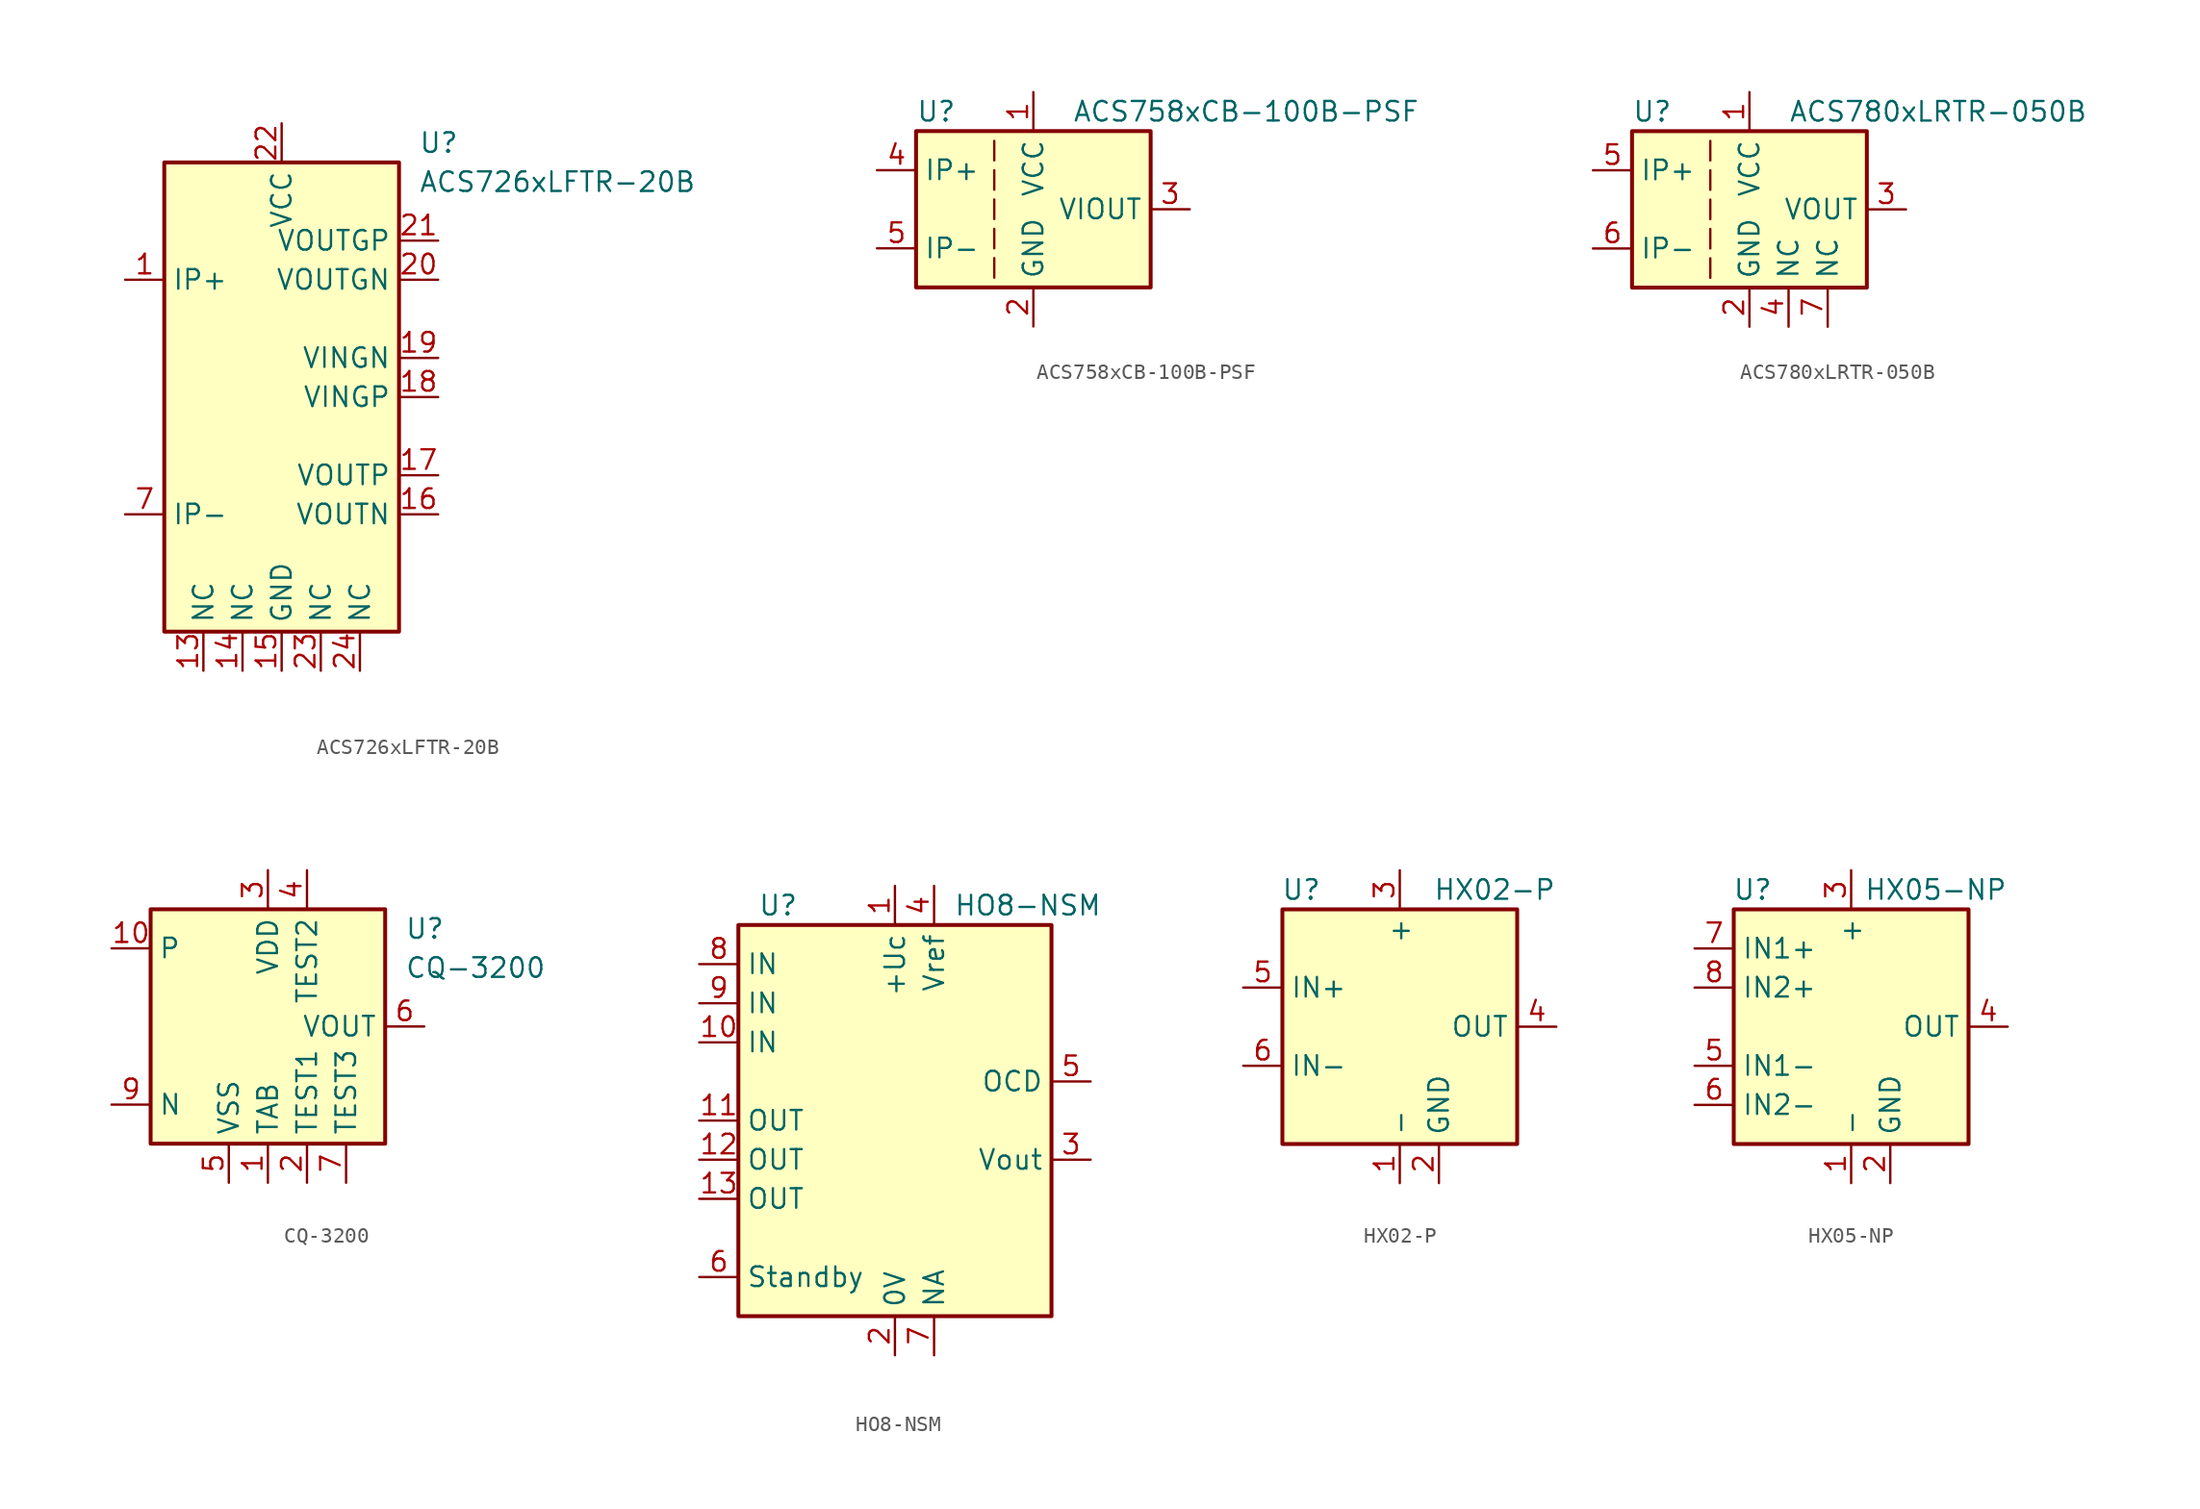
<source format=kicad_sym>
(kicad_symbol_lib
  (version 20211014)
  (generator kicad_symbol_editor)
  (symbol "ACS726xLFTR-20B"
    (property "Reference" "U"
      (at 8.89 16.51 0)
      (effects (font (size 1.27 1.27)) (justify left)))
    (property "Value" "ACS726xLFTR-20B"
      (at 8.89 13.97 0)
      (effects (font (size 1.27 1.27)) (justify left)))
    (symbol "ACS726xLFTR-20B_0_1"
      (rectangle (start -7.62 15.24) (end 7.62 -15.24) (stroke (width 0.254) (type default) (color 0 0 0 0)) (fill (type background))))
    (symbol "ACS726xLFTR-20B_1_1"
      (pin passive line (at -10.16 7.62 0) (length 2.54) (name "IP+" (effects (font (size 1.27 1.27)))) (number "1" (effects (font (size 1.27 1.27)))))
      (pin passive line (at -10.16 -7.62 0) (length 2.54) hide (name "IP-" (effects (font (size 1.27 1.27)))) (number "10" (effects (font (size 1.27 1.27)))))
      (pin passive line (at -10.16 -7.62 0) (length 2.54) hide (name "IP-" (effects (font (size 1.27 1.27)))) (number "11" (effects (font (size 1.27 1.27)))))
      (pin passive line (at -10.16 -7.62 0) (length 2.54) hide (name "IP-" (effects (font (size 1.27 1.27)))) (number "12" (effects (font (size 1.27 1.27)))))
      (pin passive line (at -5.08 -17.78 90) (length 2.54) (name "NC" (effects (font (size 1.27 1.27)))) (number "13" (effects (font (size 1.27 1.27)))))
      (pin passive line (at -2.54 -17.78 90) (length 2.54) (name "NC" (effects (font (size 1.27 1.27)))) (number "14" (effects (font (size 1.27 1.27)))))
      (pin power_in line (at 0 -17.78 90) (length 2.54) (name "GND" (effects (font (size 1.27 1.27)))) (number "15" (effects (font (size 1.27 1.27)))))
      (pin output line (at 10.16 -7.62 180) (length 2.54) (name "VOUTN" (effects (font (size 1.27 1.27)))) (number "16" (effects (font (size 1.27 1.27)))))
      (pin output line (at 10.16 -5.08 180) (length 2.54) (name "VOUTP" (effects (font (size 1.27 1.27)))) (number "17" (effects (font (size 1.27 1.27)))))
      (pin input line (at 10.16 0 180) (length 2.54) (name "VINGP" (effects (font (size 1.27 1.27)))) (number "18" (effects (font (size 1.27 1.27)))))
      (pin input line (at 10.16 2.54 180) (length 2.54) (name "VINGN" (effects (font (size 1.27 1.27)))) (number "19" (effects (font (size 1.27 1.27)))))
      (pin passive line (at -10.16 7.62 0) (length 2.54) hide (name "IP+" (effects (font (size 1.27 1.27)))) (number "2" (effects (font (size 1.27 1.27)))))
      (pin output line (at 10.16 7.62 180) (length 2.54) (name "VOUTGN" (effects (font (size 1.27 1.27)))) (number "20" (effects (font (size 1.27 1.27)))))
      (pin output line (at 10.16 10.16 180) (length 2.54) (name "VOUTGP" (effects (font (size 1.27 1.27)))) (number "21" (effects (font (size 1.27 1.27)))))
      (pin power_in line (at 0 17.78 270) (length 2.54) (name "VCC" (effects (font (size 1.27 1.27)))) (number "22" (effects (font (size 1.27 1.27)))))
      (pin passive line (at 2.54 -17.78 90) (length 2.54) (name "NC" (effects (font (size 1.27 1.27)))) (number "23" (effects (font (size 1.27 1.27)))))
      (pin passive line (at 5.08 -17.78 90) (length 2.54) (name "NC" (effects (font (size 1.27 1.27)))) (number "24" (effects (font (size 1.27 1.27)))))
      (pin passive line (at -10.16 7.62 0) (length 2.54) hide (name "IP+" (effects (font (size 1.27 1.27)))) (number "3" (effects (font (size 1.27 1.27)))))
      (pin passive line (at -10.16 7.62 0) (length 2.54) hide (name "IP+" (effects (font (size 1.27 1.27)))) (number "4" (effects (font (size 1.27 1.27)))))
      (pin passive line (at -10.16 7.62 0) (length 2.54) hide (name "IP+" (effects (font (size 1.27 1.27)))) (number "5" (effects (font (size 1.27 1.27)))))
      (pin passive line (at -10.16 7.62 0) (length 2.54) hide (name "IP+" (effects (font (size 1.27 1.27)))) (number "6" (effects (font (size 1.27 1.27)))))
      (pin passive line (at -10.16 -7.62 0) (length 2.54) (name "IP-" (effects (font (size 1.27 1.27)))) (number "7" (effects (font (size 1.27 1.27)))))
      (pin passive line (at -10.16 -7.62 0) (length 2.54) hide (name "IP-" (effects (font (size 1.27 1.27)))) (number "8" (effects (font (size 1.27 1.27)))))
      (pin passive line (at -10.16 -7.62 0) (length 2.54) hide (name "IP-" (effects (font (size 1.27 1.27)))) (number "9" (effects (font (size 1.27 1.27)))))))
  (symbol "ACS758xCB-100B-PSF"
    (property "Reference" "U"
      (at -7.62 6.35 0)
      (effects (font (size 1.27 1.27)) (justify left)))
    (property "Value" "ACS758xCB-100B-PSF"
      (at 2.54 6.35 0)
      (effects (font (size 1.27 1.27)) (justify left)))
    (symbol "ACS758xCB-100B-PSF_0_1"
      (rectangle (start -7.62 5.08) (end 7.62 -5.08) (stroke (width 0.254) (type default) (color 0 0 0 0)) (fill (type background)))
      (polyline (pts (xy -2.54 -3.175) (xy -2.54 -4.445)) (stroke (width 0) (type default) (color 0 0 0 0)) (fill (type none)))
      (polyline (pts (xy -2.54 -1.27) (xy -2.54 -2.54)) (stroke (width 0) (type default) (color 0 0 0 0)) (fill (type none)))
      (polyline (pts (xy -2.54 0.635) (xy -2.54 -0.635)) (stroke (width 0) (type default) (color 0 0 0 0)) (fill (type none)))
      (polyline (pts (xy -2.54 1.27) (xy -2.54 2.54)) (stroke (width 0) (type default) (color 0 0 0 0)) (fill (type none)))
      (polyline (pts (xy -2.54 3.175) (xy -2.54 4.445)) (stroke (width 0) (type default) (color 0 0 0 0)) (fill (type none))))
    (symbol "ACS758xCB-100B-PSF_1_1"
      (pin power_in line (at 0 7.62 270) (length 2.54) (name "VCC" (effects (font (size 1.27 1.27)))) (number "1" (effects (font (size 1.27 1.27)))))
      (pin power_in line (at 0 -7.62 90) (length 2.54) (name "GND" (effects (font (size 1.27 1.27)))) (number "2" (effects (font (size 1.27 1.27)))))
      (pin output line (at 10.16 0 180) (length 2.54) (name "VIOUT" (effects (font (size 1.27 1.27)))) (number "3" (effects (font (size 1.27 1.27)))))
      (pin passive line (at -10.16 2.54 0) (length 2.54) (name "IP+" (effects (font (size 1.27 1.27)))) (number "4" (effects (font (size 1.27 1.27)))))
      (pin passive line (at -10.16 -2.54 0) (length 2.54) (name "IP-" (effects (font (size 1.27 1.27)))) (number "5" (effects (font (size 1.27 1.27)))))))
  (symbol "ACS780xLRTR-050B"
    (property "Reference" "U"
      (at -7.62 6.35 0)
      (effects (font (size 1.27 1.27)) (justify left)))
    (property "Value" "ACS780xLRTR-050B"
      (at 2.54 6.35 0)
      (effects (font (size 1.27 1.27)) (justify left)))
    (symbol "ACS780xLRTR-050B_0_1"
      (rectangle (start -7.62 5.08) (end 7.62 -5.08) (stroke (width 0.254) (type default) (color 0 0 0 0)) (fill (type background)))
      (polyline (pts (xy -2.54 -3.175) (xy -2.54 -4.445)) (stroke (width 0) (type default) (color 0 0 0 0)) (fill (type none)))
      (polyline (pts (xy -2.54 -1.27) (xy -2.54 -2.54)) (stroke (width 0) (type default) (color 0 0 0 0)) (fill (type none)))
      (polyline (pts (xy -2.54 0.635) (xy -2.54 -0.635)) (stroke (width 0) (type default) (color 0 0 0 0)) (fill (type none)))
      (polyline (pts (xy -2.54 1.27) (xy -2.54 2.54)) (stroke (width 0) (type default) (color 0 0 0 0)) (fill (type none)))
      (polyline (pts (xy -2.54 3.175) (xy -2.54 4.445)) (stroke (width 0) (type default) (color 0 0 0 0)) (fill (type none))))
    (symbol "ACS780xLRTR-050B_1_1"
      (pin power_in line (at 0 7.62 270) (length 2.54) (name "VCC" (effects (font (size 1.27 1.27)))) (number "1" (effects (font (size 1.27 1.27)))))
      (pin power_in line (at 0 -7.62 90) (length 2.54) (name "GND" (effects (font (size 1.27 1.27)))) (number "2" (effects (font (size 1.27 1.27)))))
      (pin output line (at 10.16 0 180) (length 2.54) (name "VOUT" (effects (font (size 1.27 1.27)))) (number "3" (effects (font (size 1.27 1.27)))))
      (pin passive line (at 2.54 -7.62 90) (length 2.54) (name "NC" (effects (font (size 1.27 1.27)))) (number "4" (effects (font (size 1.27 1.27)))))
      (pin passive line (at -10.16 2.54 0) (length 2.54) (name "IP+" (effects (font (size 1.27 1.27)))) (number "5" (effects (font (size 1.27 1.27)))))
      (pin passive line (at -10.16 -2.54 0) (length 2.54) (name "IP-" (effects (font (size 1.27 1.27)))) (number "6" (effects (font (size 1.27 1.27)))))
      (pin passive line (at 5.08 -7.62 90) (length 2.54) (name "NC" (effects (font (size 1.27 1.27)))) (number "7" (effects (font (size 1.27 1.27)))))))
  (symbol "CQ-3200"
    (property "Reference" "U"
      (at 8.89 6.35 0)
      (effects (font (size 1.27 1.27)) (justify left)))
    (property "Value" "CQ-3200"
      (at 8.89 3.81 0)
      (effects (font (size 1.27 1.27)) (justify left)))
    (symbol "CQ-3200_0_1"
      (rectangle (start -7.62 7.62) (end 7.62 -7.62) (stroke (width 0.254) (type default) (color 0 0 0 0)) (fill (type background))))
    (symbol "CQ-3200_1_1"
      (pin power_in line (at 0 -10.16 90) (length 2.54) (name "TAB" (effects (font (size 1.27 1.27)))) (number "1" (effects (font (size 1.27 1.27)))))
      (pin passive line (at -10.16 5.08 0) (length 2.54) (name "P" (effects (font (size 1.27 1.27)))) (number "10" (effects (font (size 1.27 1.27)))))
      (pin power_in line (at 2.54 -10.16 90) (length 2.54) (name "TEST1" (effects (font (size 1.27 1.27)))) (number "2" (effects (font (size 1.27 1.27)))))
      (pin power_in line (at 0 10.16 270) (length 2.54) (name "VDD" (effects (font (size 1.27 1.27)))) (number "3" (effects (font (size 1.27 1.27)))))
      (pin power_in line (at 2.54 10.16 270) (length 2.54) (name "TEST2" (effects (font (size 1.27 1.27)))) (number "4" (effects (font (size 1.27 1.27)))))
      (pin power_in line (at -2.54 -10.16 90) (length 2.54) (name "VSS" (effects (font (size 1.27 1.27)))) (number "5" (effects (font (size 1.27 1.27)))))
      (pin output line (at 10.16 0 180) (length 2.54) (name "VOUT" (effects (font (size 1.27 1.27)))) (number "6" (effects (font (size 1.27 1.27)))))
      (pin power_in line (at 5.08 -10.16 90) (length 2.54) (name "TEST3" (effects (font (size 1.27 1.27)))) (number "7" (effects (font (size 1.27 1.27)))))
      (pin passive line (at 0 -10.16 90) (length 2.54) hide (name "TAB" (effects (font (size 1.27 1.27)))) (number "8" (effects (font (size 1.27 1.27)))))
      (pin passive line (at -10.16 -5.08 0) (length 2.54) (name "N" (effects (font (size 1.27 1.27)))) (number "9" (effects (font (size 1.27 1.27)))))))
  (symbol "HO8-NSM"
    (property "Reference" "U"
      (at -8.89 13.97 0)
      (effects (font (size 1.27 1.27)) (justify left)))
    (property "Value" "HO8-NSM"
      (at 3.81 13.97 0)
      (effects (font (size 1.27 1.27)) (justify left)))
    (symbol "HO8-NSM_0_1"
      (rectangle (start -10.16 12.7) (end 10.16 -12.7) (stroke (width 0.254) (type default) (color 0 0 0 0)) (fill (type background))))
    (symbol "HO8-NSM_1_1"
      (pin power_in line (at 0 15.24 270) (length 2.54) (name "+Uc" (effects (font (size 1.27 1.27)))) (number "1" (effects (font (size 1.27 1.27)))))
      (pin passive line (at -12.7 5.08 0) (length 2.54) (name "IN" (effects (font (size 1.27 1.27)))) (number "10" (effects (font (size 1.27 1.27)))))
      (pin passive line (at -12.7 0 0) (length 2.54) (name "OUT" (effects (font (size 1.27 1.27)))) (number "11" (effects (font (size 1.27 1.27)))))
      (pin passive line (at -12.7 -2.54 0) (length 2.54) (name "OUT" (effects (font (size 1.27 1.27)))) (number "12" (effects (font (size 1.27 1.27)))))
      (pin passive line (at -12.7 -5.08 0) (length 2.54) (name "OUT" (effects (font (size 1.27 1.27)))) (number "13" (effects (font (size 1.27 1.27)))))
      (pin power_in line (at 0 -15.24 90) (length 2.54) (name "0V" (effects (font (size 1.27 1.27)))) (number "2" (effects (font (size 1.27 1.27)))))
      (pin output line (at 12.7 -2.54 180) (length 2.54) (name "Vout" (effects (font (size 1.27 1.27)))) (number "3" (effects (font (size 1.27 1.27)))))
      (pin passive line (at 2.54 15.24 270) (length 2.54) (name "Vref" (effects (font (size 1.27 1.27)))) (number "4" (effects (font (size 1.27 1.27)))))
      (pin open_collector line (at 12.7 2.54 180) (length 2.54) (name "OCD" (effects (font (size 1.27 1.27)))) (number "5" (effects (font (size 1.27 1.27)))))
      (pin input line (at -12.7 -10.16 0) (length 2.54) (name "Standby" (effects (font (size 1.27 1.27)))) (number "6" (effects (font (size 1.27 1.27)))))
      (pin passive line (at 2.54 -15.24 90) (length 2.54) (name "NA" (effects (font (size 1.27 1.27)))) (number "7" (effects (font (size 1.27 1.27)))))
      (pin passive line (at -12.7 10.16 0) (length 2.54) (name "IN" (effects (font (size 1.27 1.27)))) (number "8" (effects (font (size 1.27 1.27)))))
      (pin passive line (at -12.7 7.62 0) (length 2.54) (name "IN" (effects (font (size 1.27 1.27)))) (number "9" (effects (font (size 1.27 1.27)))))))
  (symbol "HX02-P"
    (property "Reference" "U"
      (at -5.08 8.89 0)
      (effects (font (size 1.27 1.27)) (justify right)))
    (property "Value" "HX02-P"
      (at 10.16 8.89 0)
      (effects (font (size 1.27 1.27)) (justify right)))
    (symbol "HX02-P_0_1"
      (rectangle (start -7.62 7.62) (end 7.62 -7.62) (stroke (width 0.254) (type default) (color 0 0 0 0)) (fill (type background))))
    (symbol "HX02-P_1_1"
      (pin power_in line (at 0 -10.16 90) (length 2.54) (name "-" (effects (font (size 1.27 1.27)))) (number "1" (effects (font (size 1.27 1.27)))))
      (pin power_in line (at 2.54 -10.16 90) (length 2.54) (name "GND" (effects (font (size 1.27 1.27)))) (number "2" (effects (font (size 1.27 1.27)))))
      (pin power_in line (at 0 10.16 270) (length 2.54) (name "+" (effects (font (size 1.27 1.27)))) (number "3" (effects (font (size 1.27 1.27)))))
      (pin output line (at 10.16 0 180) (length 2.54) (name "OUT" (effects (font (size 1.27 1.27)))) (number "4" (effects (font (size 1.27 1.27)))))
      (pin passive line (at -10.16 2.54 0) (length 2.54) (name "IN+" (effects (font (size 1.27 1.27)))) (number "5" (effects (font (size 1.27 1.27)))))
      (pin passive line (at -10.16 -2.54 0) (length 2.54) (name "IN-" (effects (font (size 1.27 1.27)))) (number "6" (effects (font (size 1.27 1.27)))))))
  (symbol "HX05-NP"
    (property "Reference" "U"
      (at -5.08 8.89 0)
      (effects (font (size 1.27 1.27)) (justify right)))
    (property "Value" "HX05-NP"
      (at 10.16 8.89 0)
      (effects (font (size 1.27 1.27)) (justify right)))
    (symbol "HX05-NP_0_1"
      (rectangle (start -7.62 7.62) (end 7.62 -7.62) (stroke (width 0.254) (type default) (color 0 0 0 0)) (fill (type background))))
    (symbol "HX05-NP_1_1"
      (pin power_in line (at 0 -10.16 90) (length 2.54) (name "-" (effects (font (size 1.27 1.27)))) (number "1" (effects (font (size 1.27 1.27)))))
      (pin power_in line (at 2.54 -10.16 90) (length 2.54) (name "GND" (effects (font (size 1.27 1.27)))) (number "2" (effects (font (size 1.27 1.27)))))
      (pin power_in line (at 0 10.16 270) (length 2.54) (name "+" (effects (font (size 1.27 1.27)))) (number "3" (effects (font (size 1.27 1.27)))))
      (pin output line (at 10.16 0 180) (length 2.54) (name "OUT" (effects (font (size 1.27 1.27)))) (number "4" (effects (font (size 1.27 1.27)))))
      (pin passive line (at -10.16 -2.54 0) (length 2.54) (name "IN1-" (effects (font (size 1.27 1.27)))) (number "5" (effects (font (size 1.27 1.27)))))
      (pin passive line (at -10.16 -5.08 0) (length 2.54) (name "IN2-" (effects (font (size 1.27 1.27)))) (number "6" (effects (font (size 1.27 1.27)))))
      (pin passive line (at -10.16 5.08 0) (length 2.54) (name "IN1+" (effects (font (size 1.27 1.27)))) (number "7" (effects (font (size 1.27 1.27)))))
      (pin passive line (at -10.16 2.54 0) (length 2.54) (name "IN2+" (effects (font (size 1.27 1.27)))) (number "8" (effects (font (size 1.27 1.27))))))))
</source>
